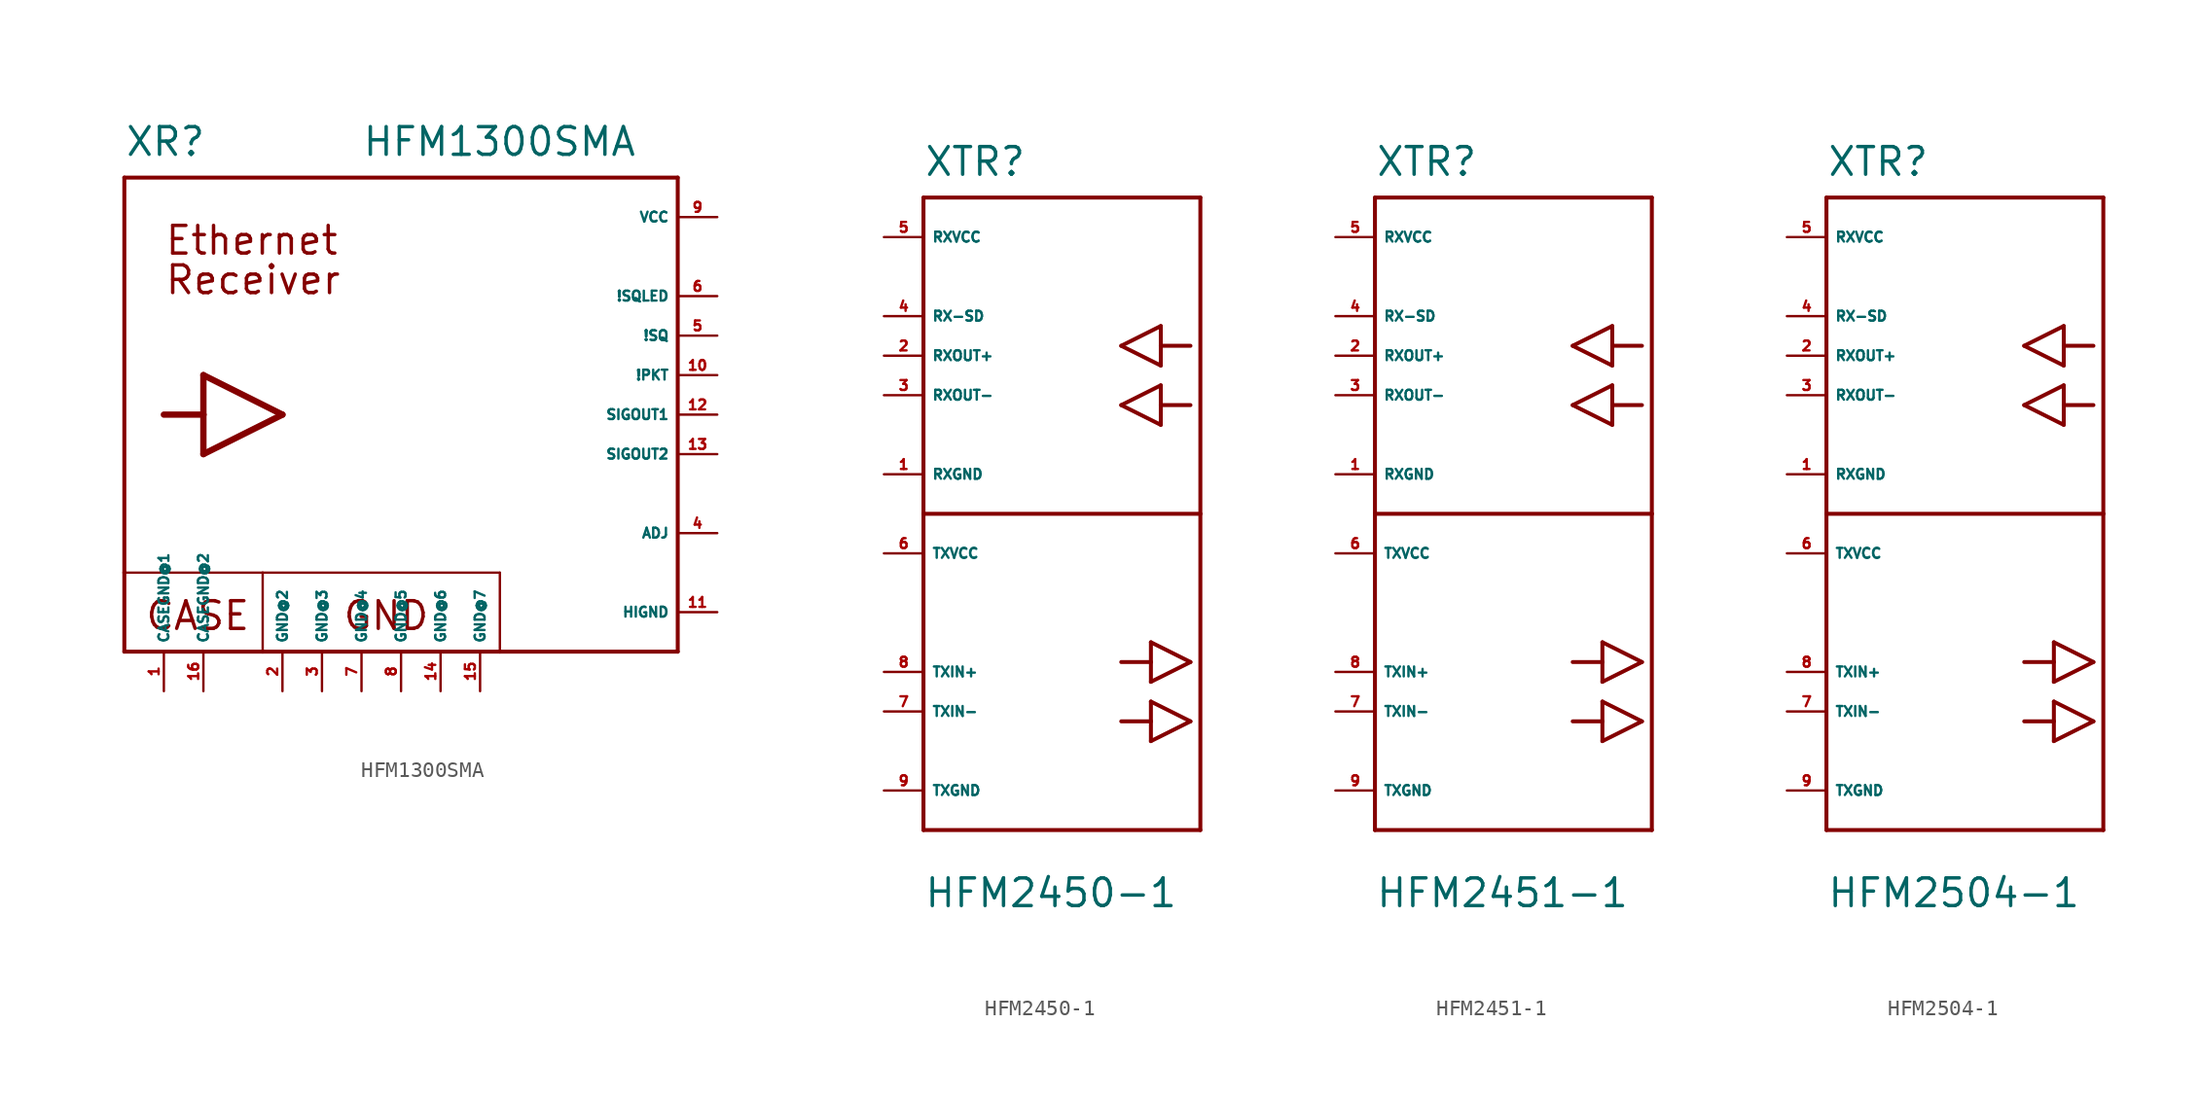
<source format=kicad_sym>
(kicad_symbol_lib
  (version 20220914)
  (generator Eagle2Kicad)
  (symbol "HFM1300SMA"
    (property "Reference" "XR"
      (at -17.78 16.51 0)
      (effects (font (size 1.778 1.778) (thickness 0.22)) (justify left bottom)))
    (property "Value" "HFM1300SMA"
      (at -2.54 16.51 0)
      (effects (font (size 1.778 1.778) (thickness 0.22)) (justify left bottom)))
    (polyline
      (pts (xy 17.78 -15.24) (xy 6.35 -15.24))
      (stroke (width 0.254) (type default))
      (fill (type none)))
    (polyline
      (pts (xy 6.35 -15.24) (xy -8.89 -15.24))
      (stroke (width 0.254) (type default))
      (fill (type none)))
    (polyline
      (pts (xy -8.89 -15.24) (xy -17.78 -15.24))
      (stroke (width 0.254) (type default))
      (fill (type none)))
    (polyline
      (pts (xy -17.78 -15.24) (xy -17.78 -10.16))
      (stroke (width 0.254) (type default))
      (fill (type none)))
    (polyline
      (pts (xy -17.78 -10.16) (xy -17.78 15.24))
      (stroke (width 0.254) (type default))
      (fill (type none)))
    (polyline
      (pts (xy -17.78 15.24) (xy 17.78 15.24))
      (stroke (width 0.254) (type default))
      (fill (type none)))
    (polyline
      (pts (xy 17.78 15.24) (xy 17.78 -15.24))
      (stroke (width 0.254) (type default))
      (fill (type none)))
    (polyline
      (pts (xy -15.24 0) (xy -12.7 0))
      (stroke (width 0.406) (type default))
      (fill (type none)))
    (polyline
      (pts (xy -7.62 0) (xy -12.7 2.54))
      (stroke (width 0.406) (type default))
      (fill (type none)))
    (polyline
      (pts (xy -12.7 2.54) (xy -12.7 0))
      (stroke (width 0.406) (type default))
      (fill (type none)))
    (polyline
      (pts (xy -12.7 0) (xy -12.7 -2.54))
      (stroke (width 0.406) (type default))
      (fill (type none)))
    (polyline
      (pts (xy -12.7 -2.54) (xy -7.62 0))
      (stroke (width 0.406) (type default))
      (fill (type none)))
    (polyline
      (pts (xy -17.78 -10.16) (xy -8.89 -10.16))
      (stroke (width 0.152) (type default))
      (fill (type none)))
    (polyline
      (pts (xy -8.89 -10.16) (xy -8.89 -15.24))
      (stroke (width 0.152) (type default))
      (fill (type none)))
    (polyline
      (pts (xy -8.89 -10.16) (xy 6.35 -10.16))
      (stroke (width 0.152) (type default))
      (fill (type none)))
    (polyline
      (pts (xy 6.35 -10.16) (xy 6.35 -15.24))
      (stroke (width 0.152) (type default))
      (fill (type none)))
    (text "CASE"
      (at -16.51 -13.97 0)
      (effects (font (size 1.778 1.778) (thickness 0.22)) (justify left bottom)))
    (text "GND"
      (at -3.81 -13.97 0)
      (effects (font (size 1.778 1.778) (thickness 0.22)) (justify left bottom)))
    (text "Ethernet"
      (at -15.24 10.16 0)
      (effects (font (size 1.778 1.778) (thickness 0.22)) (justify left bottom)))
    (text "Receiver"
      (at -15.24 7.62 0)
      (effects (font (size 1.778 1.778) (thickness 0.22)) (justify left bottom)))
    (pin unspecified line
      (at -15.24 -17.78 90)
      (length 2.54)
      (name "CASEGND@1" (effects (font (size 0.635 0.635) (thickness 0.08)) (justify left bottom)))
      (number "1" (effects (font (size 0.635 0.635) (thickness 0.08)) (justify left bottom))))
    (pin unspecified line
      (at -7.62 -17.78 90)
      (length 2.54)
      (name "GND@2" (effects (font (size 0.635 0.635) (thickness 0.08)) (justify left bottom)))
      (number "2" (effects (font (size 0.635 0.635) (thickness 0.08)) (justify left bottom))))
    (pin unspecified line
      (at -5.08 -17.78 90)
      (length 2.54)
      (name "GND@3" (effects (font (size 0.635 0.635) (thickness 0.08)) (justify left bottom)))
      (number "3" (effects (font (size 0.635 0.635) (thickness 0.08)) (justify left bottom))))
    (pin unspecified line
      (at -2.54 -17.78 90)
      (length 2.54)
      (name "GND@4" (effects (font (size 0.635 0.635) (thickness 0.08)) (justify left bottom)))
      (number "7" (effects (font (size 0.635 0.635) (thickness 0.08)) (justify left bottom))))
    (pin unspecified line
      (at 0 -17.78 90)
      (length 2.54)
      (name "GND@5" (effects (font (size 0.635 0.635) (thickness 0.08)) (justify left bottom)))
      (number "8" (effects (font (size 0.635 0.635) (thickness 0.08)) (justify left bottom))))
    (pin unspecified line
      (at 2.54 -17.78 90)
      (length 2.54)
      (name "GND@6" (effects (font (size 0.635 0.635) (thickness 0.08)) (justify left bottom)))
      (number "14" (effects (font (size 0.635 0.635) (thickness 0.08)) (justify left bottom))))
    (pin unspecified line
      (at 5.08 -17.78 90)
      (length 2.54)
      (name "GND@7" (effects (font (size 0.635 0.635) (thickness 0.08)) (justify left bottom)))
      (number "15" (effects (font (size 0.635 0.635) (thickness 0.08)) (justify left bottom))))
    (pin unspecified line
      (at -12.7 -17.78 90)
      (length 2.54)
      (name "CASEGND@2" (effects (font (size 0.635 0.635) (thickness 0.08)) (justify left bottom)))
      (number "16" (effects (font (size 0.635 0.635) (thickness 0.08)) (justify left bottom))))
    (pin input line
      (at 20.32 -7.62 180)
      (length 2.54)
      (name "ADJ" (effects (font (size 0.635 0.635) (thickness 0.08)) (justify left bottom)))
      (number "4" (effects (font (size 0.635 0.635) (thickness 0.08)) (justify left bottom))))
    (pin unspecified line
      (at 20.32 12.7 180)
      (length 2.54)
      (name "VCC" (effects (font (size 0.635 0.635) (thickness 0.08)) (justify left bottom)))
      (number "9" (effects (font (size 0.635 0.635) (thickness 0.08)) (justify left bottom))))
    (pin output line
      (at 20.32 0 180)
      (length 2.54)
      (name "SIGOUT1" (effects (font (size 0.635 0.635) (thickness 0.08)) (justify left bottom)))
      (number "12" (effects (font (size 0.635 0.635) (thickness 0.08)) (justify left bottom))))
    (pin output line
      (at 20.32 -2.54 180)
      (length 2.54)
      (name "SIGOUT2" (effects (font (size 0.635 0.635) (thickness 0.08)) (justify left bottom)))
      (number "13" (effects (font (size 0.635 0.635) (thickness 0.08)) (justify left bottom))))
    (pin unspecified line
      (at 20.32 -12.7 180)
      (length 2.54)
      (name "HIGND" (effects (font (size 0.635 0.635) (thickness 0.08)) (justify left bottom)))
      (number "11" (effects (font (size 0.635 0.635) (thickness 0.08)) (justify left bottom))))
    (pin output line
      (at 20.32 2.54 180)
      (length 2.54)
      (name "!PKT" (effects (font (size 0.635 0.635) (thickness 0.08)) (justify left bottom)))
      (number "10" (effects (font (size 0.635 0.635) (thickness 0.08)) (justify left bottom))))
    (pin output line
      (at 20.32 5.08 180)
      (length 2.54)
      (name "!SQ" (effects (font (size 0.635 0.635) (thickness 0.08)) (justify left bottom)))
      (number "5" (effects (font (size 0.635 0.635) (thickness 0.08)) (justify left bottom))))
    (pin output line
      (at 20.32 7.62 180)
      (length 2.54)
      (name "!SQLED" (effects (font (size 0.635 0.635) (thickness 0.08)) (justify left bottom)))
      (number "6" (effects (font (size 0.635 0.635) (thickness 0.08)) (justify left bottom)))))
  (symbol "HFM2450-1"
    (property "Reference" "XTR"
      (at -10.16 21.59 0)
      (effects (font (size 1.778 1.778) (thickness 0.22)) (justify left bottom)))
    (property "Value" "HFM2450-1"
      (at -10.16 -25.4 0)
      (effects (font (size 1.778 1.778) (thickness 0.22)) (justify left bottom)))
    (polyline
      (pts (xy -10.16 -20.32) (xy 7.62 -20.32))
      (stroke (width 0.254) (type default))
      (fill (type none)))
    (polyline
      (pts (xy 7.62 -20.32) (xy 7.62 0))
      (stroke (width 0.254) (type default))
      (fill (type none)))
    (polyline
      (pts (xy 4.445 -8.255) (xy 6.985 -9.525))
      (stroke (width 0.254) (type default))
      (fill (type none)))
    (polyline
      (pts (xy 6.985 -9.525) (xy 4.445 -10.795))
      (stroke (width 0.254) (type default))
      (fill (type none)))
    (polyline
      (pts (xy 4.445 -8.255) (xy 4.445 -9.525))
      (stroke (width 0.254) (type default))
      (fill (type none)))
    (polyline
      (pts (xy 4.445 -9.525) (xy 4.445 -10.795))
      (stroke (width 0.254) (type default))
      (fill (type none)))
    (polyline
      (pts (xy 4.445 -12.065) (xy 6.985 -13.335))
      (stroke (width 0.254) (type default))
      (fill (type none)))
    (polyline
      (pts (xy 6.985 -13.335) (xy 4.445 -14.605))
      (stroke (width 0.254) (type default))
      (fill (type none)))
    (polyline
      (pts (xy 4.445 -12.065) (xy 4.445 -13.335))
      (stroke (width 0.254) (type default))
      (fill (type none)))
    (polyline
      (pts (xy 4.445 -13.335) (xy 4.445 -14.605))
      (stroke (width 0.254) (type default))
      (fill (type none)))
    (polyline
      (pts (xy 4.445 -9.525) (xy 2.54 -9.525))
      (stroke (width 0.254) (type default))
      (fill (type none)))
    (polyline
      (pts (xy 2.54 -13.335) (xy 4.445 -13.335))
      (stroke (width 0.254) (type default))
      (fill (type none)))
    (polyline
      (pts (xy -10.16 20.32) (xy -10.16 0))
      (stroke (width 0.254) (type default))
      (fill (type none)))
    (polyline
      (pts (xy -10.16 0) (xy -10.16 -20.32))
      (stroke (width 0.254) (type default))
      (fill (type none)))
    (polyline
      (pts (xy -10.16 0) (xy 7.62 0))
      (stroke (width 0.254) (type default))
      (fill (type none)))
    (polyline
      (pts (xy 7.62 0) (xy 7.62 20.32))
      (stroke (width 0.254) (type default))
      (fill (type none)))
    (polyline
      (pts (xy 5.08 12.065) (xy 2.54 10.795))
      (stroke (width 0.254) (type default))
      (fill (type none)))
    (polyline
      (pts (xy 2.54 10.795) (xy 5.08 9.525))
      (stroke (width 0.254) (type default))
      (fill (type none)))
    (polyline
      (pts (xy 5.08 12.065) (xy 5.08 10.795))
      (stroke (width 0.254) (type default))
      (fill (type none)))
    (polyline
      (pts (xy 5.08 10.795) (xy 5.08 9.525))
      (stroke (width 0.254) (type default))
      (fill (type none)))
    (polyline
      (pts (xy 5.08 8.255) (xy 2.54 6.985))
      (stroke (width 0.254) (type default))
      (fill (type none)))
    (polyline
      (pts (xy 2.54 6.985) (xy 5.08 5.715))
      (stroke (width 0.254) (type default))
      (fill (type none)))
    (polyline
      (pts (xy 5.08 8.255) (xy 5.08 6.985))
      (stroke (width 0.254) (type default))
      (fill (type none)))
    (polyline
      (pts (xy 5.08 6.985) (xy 5.08 5.715))
      (stroke (width 0.254) (type default))
      (fill (type none)))
    (polyline
      (pts (xy 6.985 10.795) (xy 5.08 10.795))
      (stroke (width 0.254) (type default))
      (fill (type none)))
    (polyline
      (pts (xy 6.985 6.985) (xy 5.08 6.985))
      (stroke (width 0.254) (type default))
      (fill (type none)))
    (polyline
      (pts (xy 7.62 20.32) (xy -10.16 20.32))
      (stroke (width 0.254) (type default))
      (fill (type none)))
    (pin unspecified line
      (at -12.7 -17.78 0)
      (length 2.54)
      (name "TXGND" (effects (font (size 0.635 0.635) (thickness 0.08)) (justify left bottom)))
      (number "9" (effects (font (size 0.635 0.635) (thickness 0.08)) (justify left bottom))))
    (pin output line
      (at -12.7 -10.16 0)
      (length 2.54)
      (name "TXIN+" (effects (font (size 0.635 0.635) (thickness 0.08)) (justify left bottom)))
      (number "8" (effects (font (size 0.635 0.635) (thickness 0.08)) (justify left bottom))))
    (pin output line
      (at -12.7 -12.7 0)
      (length 2.54)
      (name "TXIN-" (effects (font (size 0.635 0.635) (thickness 0.08)) (justify left bottom)))
      (number "7" (effects (font (size 0.635 0.635) (thickness 0.08)) (justify left bottom))))
    (pin output line
      (at -12.7 -2.54 0)
      (length 2.54)
      (name "TXVCC" (effects (font (size 0.635 0.635) (thickness 0.08)) (justify left bottom)))
      (number "6" (effects (font (size 0.635 0.635) (thickness 0.08)) (justify left bottom))))
    (pin unspecified line
      (at -12.7 2.54 0)
      (length 2.54)
      (name "RXGND" (effects (font (size 0.635 0.635) (thickness 0.08)) (justify left bottom)))
      (number "1" (effects (font (size 0.635 0.635) (thickness 0.08)) (justify left bottom))))
    (pin output line
      (at -12.7 10.16 0)
      (length 2.54)
      (name "RXOUT+" (effects (font (size 0.635 0.635) (thickness 0.08)) (justify left bottom)))
      (number "2" (effects (font (size 0.635 0.635) (thickness 0.08)) (justify left bottom))))
    (pin output line
      (at -12.7 7.62 0)
      (length 2.54)
      (name "RXOUT-" (effects (font (size 0.635 0.635) (thickness 0.08)) (justify left bottom)))
      (number "3" (effects (font (size 0.635 0.635) (thickness 0.08)) (justify left bottom))))
    (pin output line
      (at -12.7 12.7 0)
      (length 2.54)
      (name "RX-SD" (effects (font (size 0.635 0.635) (thickness 0.08)) (justify left bottom)))
      (number "4" (effects (font (size 0.635 0.635) (thickness 0.08)) (justify left bottom))))
    (pin output line
      (at -12.7 17.78 0)
      (length 2.54)
      (name "RXVCC" (effects (font (size 0.635 0.635) (thickness 0.08)) (justify left bottom)))
      (number "5" (effects (font (size 0.635 0.635) (thickness 0.08)) (justify left bottom)))))
  (symbol "HFM2451-1"
    (property "Reference" "XTR"
      (at -10.16 21.59 0)
      (effects (font (size 1.778 1.778) (thickness 0.22)) (justify left bottom)))
    (property "Value" "HFM2451-1"
      (at -10.16 -25.4 0)
      (effects (font (size 1.778 1.778) (thickness 0.22)) (justify left bottom)))
    (polyline
      (pts (xy -10.16 -20.32) (xy 7.62 -20.32))
      (stroke (width 0.254) (type default))
      (fill (type none)))
    (polyline
      (pts (xy 7.62 -20.32) (xy 7.62 0))
      (stroke (width 0.254) (type default))
      (fill (type none)))
    (polyline
      (pts (xy 4.445 -8.255) (xy 6.985 -9.525))
      (stroke (width 0.254) (type default))
      (fill (type none)))
    (polyline
      (pts (xy 6.985 -9.525) (xy 4.445 -10.795))
      (stroke (width 0.254) (type default))
      (fill (type none)))
    (polyline
      (pts (xy 4.445 -8.255) (xy 4.445 -9.525))
      (stroke (width 0.254) (type default))
      (fill (type none)))
    (polyline
      (pts (xy 4.445 -9.525) (xy 4.445 -10.795))
      (stroke (width 0.254) (type default))
      (fill (type none)))
    (polyline
      (pts (xy 4.445 -12.065) (xy 6.985 -13.335))
      (stroke (width 0.254) (type default))
      (fill (type none)))
    (polyline
      (pts (xy 6.985 -13.335) (xy 4.445 -14.605))
      (stroke (width 0.254) (type default))
      (fill (type none)))
    (polyline
      (pts (xy 4.445 -12.065) (xy 4.445 -13.335))
      (stroke (width 0.254) (type default))
      (fill (type none)))
    (polyline
      (pts (xy 4.445 -13.335) (xy 4.445 -14.605))
      (stroke (width 0.254) (type default))
      (fill (type none)))
    (polyline
      (pts (xy 4.445 -9.525) (xy 2.54 -9.525))
      (stroke (width 0.254) (type default))
      (fill (type none)))
    (polyline
      (pts (xy 2.54 -13.335) (xy 4.445 -13.335))
      (stroke (width 0.254) (type default))
      (fill (type none)))
    (polyline
      (pts (xy -10.16 20.32) (xy -10.16 0))
      (stroke (width 0.254) (type default))
      (fill (type none)))
    (polyline
      (pts (xy -10.16 0) (xy -10.16 -20.32))
      (stroke (width 0.254) (type default))
      (fill (type none)))
    (polyline
      (pts (xy -10.16 0) (xy 7.62 0))
      (stroke (width 0.254) (type default))
      (fill (type none)))
    (polyline
      (pts (xy 7.62 0) (xy 7.62 20.32))
      (stroke (width 0.254) (type default))
      (fill (type none)))
    (polyline
      (pts (xy 5.08 12.065) (xy 2.54 10.795))
      (stroke (width 0.254) (type default))
      (fill (type none)))
    (polyline
      (pts (xy 2.54 10.795) (xy 5.08 9.525))
      (stroke (width 0.254) (type default))
      (fill (type none)))
    (polyline
      (pts (xy 5.08 12.065) (xy 5.08 10.795))
      (stroke (width 0.254) (type default))
      (fill (type none)))
    (polyline
      (pts (xy 5.08 10.795) (xy 5.08 9.525))
      (stroke (width 0.254) (type default))
      (fill (type none)))
    (polyline
      (pts (xy 5.08 8.255) (xy 2.54 6.985))
      (stroke (width 0.254) (type default))
      (fill (type none)))
    (polyline
      (pts (xy 2.54 6.985) (xy 5.08 5.715))
      (stroke (width 0.254) (type default))
      (fill (type none)))
    (polyline
      (pts (xy 5.08 8.255) (xy 5.08 6.985))
      (stroke (width 0.254) (type default))
      (fill (type none)))
    (polyline
      (pts (xy 5.08 6.985) (xy 5.08 5.715))
      (stroke (width 0.254) (type default))
      (fill (type none)))
    (polyline
      (pts (xy 6.985 10.795) (xy 5.08 10.795))
      (stroke (width 0.254) (type default))
      (fill (type none)))
    (polyline
      (pts (xy 6.985 6.985) (xy 5.08 6.985))
      (stroke (width 0.254) (type default))
      (fill (type none)))
    (polyline
      (pts (xy 7.62 20.32) (xy -10.16 20.32))
      (stroke (width 0.254) (type default))
      (fill (type none)))
    (pin unspecified line
      (at -12.7 -17.78 0)
      (length 2.54)
      (name "TXGND" (effects (font (size 0.635 0.635) (thickness 0.08)) (justify left bottom)))
      (number "9" (effects (font (size 0.635 0.635) (thickness 0.08)) (justify left bottom))))
    (pin output line
      (at -12.7 -10.16 0)
      (length 2.54)
      (name "TXIN+" (effects (font (size 0.635 0.635) (thickness 0.08)) (justify left bottom)))
      (number "8" (effects (font (size 0.635 0.635) (thickness 0.08)) (justify left bottom))))
    (pin output line
      (at -12.7 -12.7 0)
      (length 2.54)
      (name "TXIN-" (effects (font (size 0.635 0.635) (thickness 0.08)) (justify left bottom)))
      (number "7" (effects (font (size 0.635 0.635) (thickness 0.08)) (justify left bottom))))
    (pin output line
      (at -12.7 -2.54 0)
      (length 2.54)
      (name "TXVCC" (effects (font (size 0.635 0.635) (thickness 0.08)) (justify left bottom)))
      (number "6" (effects (font (size 0.635 0.635) (thickness 0.08)) (justify left bottom))))
    (pin unspecified line
      (at -12.7 2.54 0)
      (length 2.54)
      (name "RXGND" (effects (font (size 0.635 0.635) (thickness 0.08)) (justify left bottom)))
      (number "1" (effects (font (size 0.635 0.635) (thickness 0.08)) (justify left bottom))))
    (pin output line
      (at -12.7 10.16 0)
      (length 2.54)
      (name "RXOUT+" (effects (font (size 0.635 0.635) (thickness 0.08)) (justify left bottom)))
      (number "2" (effects (font (size 0.635 0.635) (thickness 0.08)) (justify left bottom))))
    (pin output line
      (at -12.7 7.62 0)
      (length 2.54)
      (name "RXOUT-" (effects (font (size 0.635 0.635) (thickness 0.08)) (justify left bottom)))
      (number "3" (effects (font (size 0.635 0.635) (thickness 0.08)) (justify left bottom))))
    (pin output line
      (at -12.7 12.7 0)
      (length 2.54)
      (name "RX-SD" (effects (font (size 0.635 0.635) (thickness 0.08)) (justify left bottom)))
      (number "4" (effects (font (size 0.635 0.635) (thickness 0.08)) (justify left bottom))))
    (pin output line
      (at -12.7 17.78 0)
      (length 2.54)
      (name "RXVCC" (effects (font (size 0.635 0.635) (thickness 0.08)) (justify left bottom)))
      (number "5" (effects (font (size 0.635 0.635) (thickness 0.08)) (justify left bottom)))))
  (symbol "HFM2504-1"
    (property "Reference" "XTR"
      (at -10.16 21.59 0)
      (effects (font (size 1.778 1.778) (thickness 0.22)) (justify left bottom)))
    (property "Value" "HFM2504-1"
      (at -10.16 -25.4 0)
      (effects (font (size 1.778 1.778) (thickness 0.22)) (justify left bottom)))
    (polyline
      (pts (xy -10.16 -20.32) (xy 7.62 -20.32))
      (stroke (width 0.254) (type default))
      (fill (type none)))
    (polyline
      (pts (xy 7.62 -20.32) (xy 7.62 0))
      (stroke (width 0.254) (type default))
      (fill (type none)))
    (polyline
      (pts (xy 4.445 -8.255) (xy 6.985 -9.525))
      (stroke (width 0.254) (type default))
      (fill (type none)))
    (polyline
      (pts (xy 6.985 -9.525) (xy 4.445 -10.795))
      (stroke (width 0.254) (type default))
      (fill (type none)))
    (polyline
      (pts (xy 4.445 -8.255) (xy 4.445 -9.525))
      (stroke (width 0.254) (type default))
      (fill (type none)))
    (polyline
      (pts (xy 4.445 -9.525) (xy 4.445 -10.795))
      (stroke (width 0.254) (type default))
      (fill (type none)))
    (polyline
      (pts (xy 4.445 -12.065) (xy 6.985 -13.335))
      (stroke (width 0.254) (type default))
      (fill (type none)))
    (polyline
      (pts (xy 6.985 -13.335) (xy 4.445 -14.605))
      (stroke (width 0.254) (type default))
      (fill (type none)))
    (polyline
      (pts (xy 4.445 -12.065) (xy 4.445 -13.335))
      (stroke (width 0.254) (type default))
      (fill (type none)))
    (polyline
      (pts (xy 4.445 -13.335) (xy 4.445 -14.605))
      (stroke (width 0.254) (type default))
      (fill (type none)))
    (polyline
      (pts (xy 4.445 -9.525) (xy 2.54 -9.525))
      (stroke (width 0.254) (type default))
      (fill (type none)))
    (polyline
      (pts (xy 2.54 -13.335) (xy 4.445 -13.335))
      (stroke (width 0.254) (type default))
      (fill (type none)))
    (polyline
      (pts (xy -10.16 20.32) (xy -10.16 0))
      (stroke (width 0.254) (type default))
      (fill (type none)))
    (polyline
      (pts (xy -10.16 0) (xy -10.16 -20.32))
      (stroke (width 0.254) (type default))
      (fill (type none)))
    (polyline
      (pts (xy -10.16 0) (xy 7.62 0))
      (stroke (width 0.254) (type default))
      (fill (type none)))
    (polyline
      (pts (xy 7.62 0) (xy 7.62 20.32))
      (stroke (width 0.254) (type default))
      (fill (type none)))
    (polyline
      (pts (xy 5.08 12.065) (xy 2.54 10.795))
      (stroke (width 0.254) (type default))
      (fill (type none)))
    (polyline
      (pts (xy 2.54 10.795) (xy 5.08 9.525))
      (stroke (width 0.254) (type default))
      (fill (type none)))
    (polyline
      (pts (xy 5.08 12.065) (xy 5.08 10.795))
      (stroke (width 0.254) (type default))
      (fill (type none)))
    (polyline
      (pts (xy 5.08 10.795) (xy 5.08 9.525))
      (stroke (width 0.254) (type default))
      (fill (type none)))
    (polyline
      (pts (xy 5.08 8.255) (xy 2.54 6.985))
      (stroke (width 0.254) (type default))
      (fill (type none)))
    (polyline
      (pts (xy 2.54 6.985) (xy 5.08 5.715))
      (stroke (width 0.254) (type default))
      (fill (type none)))
    (polyline
      (pts (xy 5.08 8.255) (xy 5.08 6.985))
      (stroke (width 0.254) (type default))
      (fill (type none)))
    (polyline
      (pts (xy 5.08 6.985) (xy 5.08 5.715))
      (stroke (width 0.254) (type default))
      (fill (type none)))
    (polyline
      (pts (xy 6.985 10.795) (xy 5.08 10.795))
      (stroke (width 0.254) (type default))
      (fill (type none)))
    (polyline
      (pts (xy 6.985 6.985) (xy 5.08 6.985))
      (stroke (width 0.254) (type default))
      (fill (type none)))
    (polyline
      (pts (xy 7.62 20.32) (xy -10.16 20.32))
      (stroke (width 0.254) (type default))
      (fill (type none)))
    (pin unspecified line
      (at -12.7 -17.78 0)
      (length 2.54)
      (name "TXGND" (effects (font (size 0.635 0.635) (thickness 0.08)) (justify left bottom)))
      (number "9" (effects (font (size 0.635 0.635) (thickness 0.08)) (justify left bottom))))
    (pin output line
      (at -12.7 -10.16 0)
      (length 2.54)
      (name "TXIN+" (effects (font (size 0.635 0.635) (thickness 0.08)) (justify left bottom)))
      (number "8" (effects (font (size 0.635 0.635) (thickness 0.08)) (justify left bottom))))
    (pin output line
      (at -12.7 -12.7 0)
      (length 2.54)
      (name "TXIN-" (effects (font (size 0.635 0.635) (thickness 0.08)) (justify left bottom)))
      (number "7" (effects (font (size 0.635 0.635) (thickness 0.08)) (justify left bottom))))
    (pin output line
      (at -12.7 -2.54 0)
      (length 2.54)
      (name "TXVCC" (effects (font (size 0.635 0.635) (thickness 0.08)) (justify left bottom)))
      (number "6" (effects (font (size 0.635 0.635) (thickness 0.08)) (justify left bottom))))
    (pin unspecified line
      (at -12.7 2.54 0)
      (length 2.54)
      (name "RXGND" (effects (font (size 0.635 0.635) (thickness 0.08)) (justify left bottom)))
      (number "1" (effects (font (size 0.635 0.635) (thickness 0.08)) (justify left bottom))))
    (pin output line
      (at -12.7 10.16 0)
      (length 2.54)
      (name "RXOUT+" (effects (font (size 0.635 0.635) (thickness 0.08)) (justify left bottom)))
      (number "2" (effects (font (size 0.635 0.635) (thickness 0.08)) (justify left bottom))))
    (pin output line
      (at -12.7 7.62 0)
      (length 2.54)
      (name "RXOUT-" (effects (font (size 0.635 0.635) (thickness 0.08)) (justify left bottom)))
      (number "3" (effects (font (size 0.635 0.635) (thickness 0.08)) (justify left bottom))))
    (pin output line
      (at -12.7 12.7 0)
      (length 2.54)
      (name "RX-SD" (effects (font (size 0.635 0.635) (thickness 0.08)) (justify left bottom)))
      (number "4" (effects (font (size 0.635 0.635) (thickness 0.08)) (justify left bottom))))
    (pin output line
      (at -12.7 17.78 0)
      (length 2.54)
      (name "RXVCC" (effects (font (size 0.635 0.635) (thickness 0.08)) (justify left bottom)))
      (number "5" (effects (font (size 0.635 0.635) (thickness 0.08)) (justify left bottom))))))
</source>
